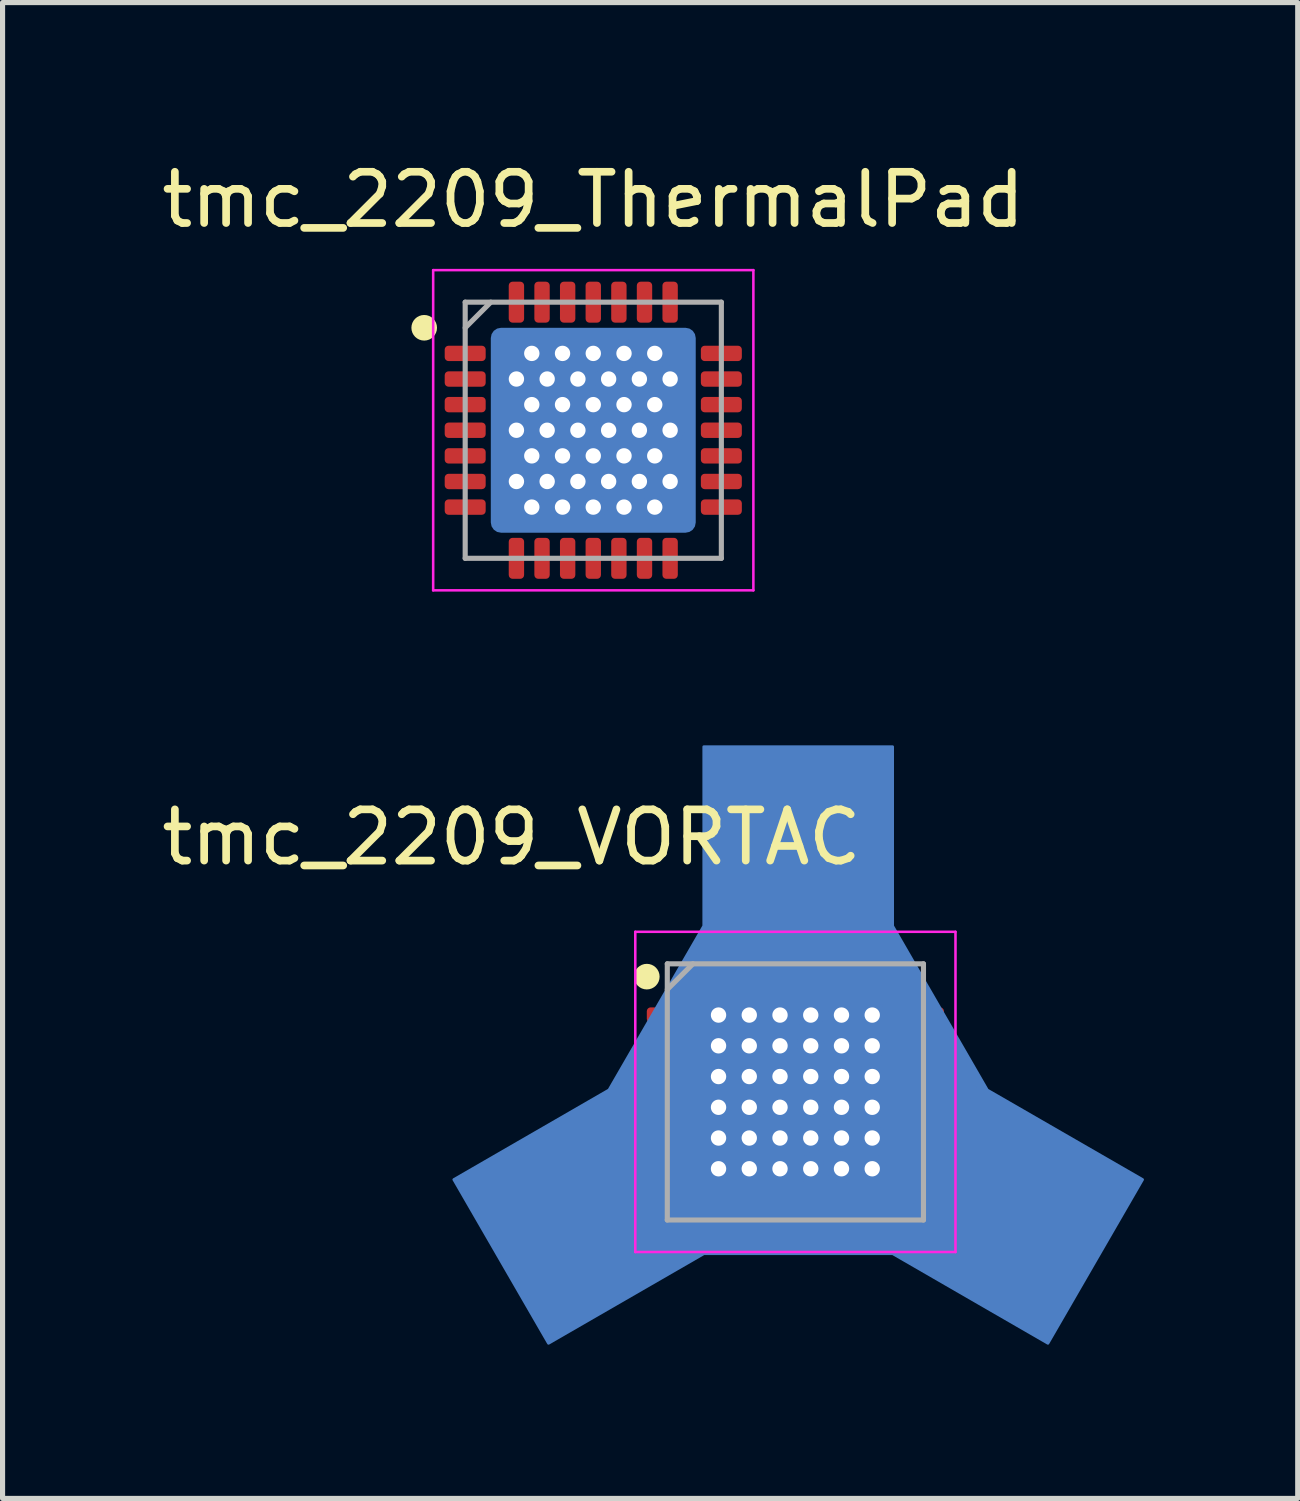
<source format=kicad_pcb>
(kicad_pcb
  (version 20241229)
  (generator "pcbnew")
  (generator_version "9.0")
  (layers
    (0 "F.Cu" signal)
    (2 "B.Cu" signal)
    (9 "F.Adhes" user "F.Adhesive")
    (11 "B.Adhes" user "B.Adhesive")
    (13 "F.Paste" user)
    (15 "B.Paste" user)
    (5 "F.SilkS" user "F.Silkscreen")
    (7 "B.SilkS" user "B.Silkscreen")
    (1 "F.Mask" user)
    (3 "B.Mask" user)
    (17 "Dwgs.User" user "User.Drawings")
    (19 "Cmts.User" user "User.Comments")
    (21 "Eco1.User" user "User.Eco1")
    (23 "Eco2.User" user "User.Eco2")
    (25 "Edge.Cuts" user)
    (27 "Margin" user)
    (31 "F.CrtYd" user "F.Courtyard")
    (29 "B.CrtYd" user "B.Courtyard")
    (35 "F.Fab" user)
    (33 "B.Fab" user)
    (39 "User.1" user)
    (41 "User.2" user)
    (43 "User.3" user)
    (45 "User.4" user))
  (footprint "tmc_2209_VORTAC"
    (layer "F.Cu")
    (at 12.475 18.263)
    (property "Reference" "tmc_2209_VORTAC" (at -5.54 -4.97 0) (layer "F.SilkS") (effects (font (size 1 1) (thickness 0.15))))
    (attr smd)
    (fp_circle (center -2.9 -2.25) (end -2.9 -2.125) (stroke (width 0.25) (type solid)) (fill no) (layer "F.SilkS"))
    (fp_line (start -3.125 -3.125) (end 3.125 -3.125) (stroke (width 0.05) (type solid)) (layer "F.CrtYd"))
    (fp_line (start -3.125 3.125) (end -3.125 -3.125) (stroke (width 0.05) (type solid)) (layer "F.CrtYd"))
    (fp_line (start 3.125 -3.125) (end 3.125 3.125) (stroke (width 0.05) (type solid)) (layer "F.CrtYd"))
    (fp_line (start 3.125 3.125) (end -3.125 3.125) (stroke (width 0.05) (type solid)) (layer "F.CrtYd"))
    (fp_line (start -2.5 -2.5) (end 2.5 -2.5) (stroke (width 0.1) (type solid)) (layer "F.Fab"))
    (fp_line (start -2.5 -2) (end -2 -2.5) (stroke (width 0.1) (type solid)) (layer "F.Fab"))
    (fp_line (start -2.5 2.5) (end -2.5 -2.5) (stroke (width 0.1) (type solid)) (layer "F.Fab"))
    (fp_line (start 2.5 -2.5) (end 2.5 2.5) (stroke (width 0.1) (type solid)) (layer "F.Fab"))
    (fp_line (start 2.5 2.5) (end -2.5 2.5) (stroke (width 0.1) (type solid)) (layer "F.Fab"))
    (pad "" smd roundrect (at -0.95 -0.95) (size 1.7 1.7) (layers "F.Cu" "F.Mask" "F.Paste") (roundrect_rratio 0.067))
    (pad "" smd roundrect (at -0.95 0.95) (size 1.7 1.7) (layers "F.Cu" "F.Mask" "F.Paste") (roundrect_rratio 0.067))
    (pad "" smd roundrect (at 0.95 -0.95) (size 1.7 1.7) (layers "F.Cu" "F.Mask" "F.Paste") (roundrect_rratio 0.067))
    (pad "" smd roundrect (at 0.95 0.95) (size 1.7 1.7) (layers "F.Cu" "F.Mask" "F.Paste") (roundrect_rratio 0.067))
    (pad "1" smd roundrect (at -2.5 -1.5 90) (size 0.3 0.8) (layers "F.Cu" "F.Mask" "F.Paste") (roundrect_rratio 0.25))
    (pad "2" smd roundrect (at -2.5 -1 90) (size 0.3 0.8) (layers "F.Cu" "F.Mask" "F.Paste") (roundrect_rratio 0.25))
    (pad "3" smd roundrect (at -2.5 -0.5 90) (size 0.3 0.8) (layers "F.Cu" "F.Mask" "F.Paste") (roundrect_rratio 0.25))
    (pad "4" smd roundrect (at -2.5 0 90) (size 0.3 0.8) (layers "F.Cu" "F.Mask" "F.Paste") (roundrect_rratio 0.25))
    (pad "5" smd roundrect (at -2.5 0.5 90) (size 0.3 0.8) (layers "F.Cu" "F.Mask" "F.Paste") (roundrect_rratio 0.25))
    (pad "6" smd roundrect (at -2.5 1 90) (size 0.3 0.8) (layers "F.Cu" "F.Mask" "F.Paste") (roundrect_rratio 0.25))
    (pad "7" smd roundrect (at -2.5 1.5 90) (size 0.3 0.8) (layers "F.Cu" "F.Mask" "F.Paste") (roundrect_rratio 0.25))
    (pad "8" smd roundrect (at -1.5 2.5) (size 0.3 0.8) (layers "F.Cu" "F.Mask" "F.Paste") (roundrect_rratio 0.25))
    (pad "9" smd roundrect (at -1 2.5) (size 0.3 0.8) (layers "F.Cu" "F.Mask" "F.Paste") (roundrect_rratio 0.25))
    (pad "10" smd roundrect (at -0.5 2.5) (size 0.3 0.8) (layers "F.Cu" "F.Mask" "F.Paste") (roundrect_rratio 0.25))
    (pad "11" smd roundrect (at 0 2.5) (size 0.3 0.8) (layers "F.Cu" "F.Mask" "F.Paste") (roundrect_rratio 0.25))
    (pad "12" smd roundrect (at 0.5 2.5) (size 0.3 0.8) (layers "F.Cu" "F.Mask" "F.Paste") (roundrect_rratio 0.25))
    (pad "13" smd roundrect (at 1 2.5) (size 0.3 0.8) (layers "F.Cu" "F.Mask" "F.Paste") (roundrect_rratio 0.25))
    (pad "14" smd roundrect (at 1.5 2.5) (size 0.3 0.8) (layers "F.Cu" "F.Mask" "F.Paste") (roundrect_rratio 0.25))
    (pad "15" smd roundrect (at 2.5 1.5 90) (size 0.3 0.8) (layers "F.Cu" "F.Mask" "F.Paste") (roundrect_rratio 0.25))
    (pad "16" smd roundrect (at 2.5 1 90) (size 0.3 0.8) (layers "F.Cu" "F.Mask" "F.Paste") (roundrect_rratio 0.25))
    (pad "17" smd roundrect (at 2.5 0.5 90) (size 0.3 0.8) (layers "F.Cu" "F.Mask" "F.Paste") (roundrect_rratio 0.25))
    (pad "18" smd roundrect (at 2.5 0 90) (size 0.3 0.8) (layers "F.Cu" "F.Mask" "F.Paste") (roundrect_rratio 0.25))
    (pad "19" smd roundrect (at 2.5 -0.5 90) (size 0.3 0.8) (layers "F.Cu" "F.Mask" "F.Paste") (roundrect_rratio 0.25))
    (pad "20" smd roundrect (at 2.5 -1 90) (size 0.3 0.8) (layers "F.Cu" "F.Mask" "F.Paste") (roundrect_rratio 0.25))
    (pad "21" smd roundrect (at 2.5 -1.5 90) (size 0.3 0.8) (layers "F.Cu" "F.Mask" "F.Paste") (roundrect_rratio 0.25))
    (pad "22" smd roundrect (at 1.5 -2.5) (size 0.3 0.8) (layers "F.Cu" "F.Mask" "F.Paste") (roundrect_rratio 0.25))
    (pad "23" smd roundrect (at 1 -2.5) (size 0.3 0.8) (layers "F.Cu" "F.Mask" "F.Paste") (roundrect_rratio 0.25))
    (pad "24" smd roundrect (at 0.5 -2.5) (size 0.3 0.8) (layers "F.Cu" "F.Mask" "F.Paste") (roundrect_rratio 0.25))
    (pad "25" smd roundrect (at 0 -2.5) (size 0.3 0.8) (layers "F.Cu" "F.Mask" "F.Paste") (roundrect_rratio 0.25))
    (pad "26" smd roundrect (at -0.5 -2.5) (size 0.3 0.8) (layers "F.Cu" "F.Mask" "F.Paste") (roundrect_rratio 0.25))
    (pad "27" smd roundrect (at -1 -2.5) (size 0.3 0.8) (layers "F.Cu" "F.Mask" "F.Paste") (roundrect_rratio 0.25))
    (pad "28" smd roundrect (at -1.5 -2.5) (size 0.3 0.8) (layers "F.Cu" "F.Mask" "F.Paste") (roundrect_rratio 0.25))
    (pad "29" thru_hole circle (at -1.5 -1.5) (size 0.55 0.55) (drill 0.3) (layers "*.Cu"))
    (pad "29" thru_hole circle (at -1.5 -0.9) (size 0.55 0.55) (drill 0.3) (layers "*.Cu"))
    (pad "29" thru_hole circle (at -1.5 -0.3) (size 0.55 0.55) (drill 0.3) (layers "*.Cu"))
    (pad "29" thru_hole circle (at -1.5 0.3) (size 0.55 0.55) (drill 0.3) (layers "*.Cu"))
    (pad "29" thru_hole circle (at -1.5 0.9) (size 0.55 0.55) (drill 0.3) (layers "*.Cu"))
    (pad "29" thru_hole circle (at -1.5 1.5) (size 0.55 0.55) (drill 0.3) (layers "*.Cu"))
    (pad "29" thru_hole circle (at -0.9 -1.5) (size 0.55 0.55) (drill 0.3) (layers "*.Cu"))
    (pad "29" thru_hole circle (at -0.9 -0.9) (size 0.55 0.55) (drill 0.3) (layers "*.Cu"))
    (pad "29" thru_hole circle (at -0.9 -0.3) (size 0.55 0.55) (drill 0.3) (layers "*.Cu"))
    (pad "29" thru_hole circle (at -0.9 0.3) (size 0.55 0.55) (drill 0.3) (layers "*.Cu"))
    (pad "29" thru_hole circle (at -0.9 0.9) (size 0.55 0.55) (drill 0.3) (layers "*.Cu"))
    (pad "29" thru_hole circle (at -0.9 1.5) (size 0.55 0.55) (drill 0.3) (layers "*.Cu"))
    (pad "29" thru_hole circle (at -0.3 -1.5) (size 0.55 0.55) (drill 0.3) (layers "*.Cu"))
    (pad "29" thru_hole circle (at -0.3 -0.9) (size 0.55 0.55) (drill 0.3) (layers "*.Cu"))
    (pad "29" thru_hole circle (at -0.3 -0.3) (size 0.55 0.55) (drill 0.3) (layers "*.Cu"))
    (pad "29" thru_hole circle (at -0.3 0.3) (size 0.55 0.55) (drill 0.3) (layers "*.Cu"))
    (pad "29" thru_hole circle (at -0.3 0.9) (size 0.55 0.55) (drill 0.3) (layers "*.Cu"))
    (pad "29" thru_hole circle (at -0.3 1.5) (size 0.55 0.55) (drill 0.3) (layers "*.Cu"))
    (pad "29" smd roundrect (at 0 0) (size 3.8 3.8) (layers "F.Cu" "F.Mask") (roundrect_rratio 0.026))
    (pad "29" smd custom (at 0.04 -3.62) (size 2 2) (layers "B.Cu" "B.Mask") (options (anchor circle)) (primitives (gr_poly (pts (xy 2.83 3.61) (xy 1.32 3.61) (xy 2.06 6.11) (xy -2.04 6.11) (xy -2.06 6.78) (xy 1.86 6.78) (xy 4.89 8.53) (xy 6.74 5.33) (xy 3.29 3.34)) (width 0.05) (fill yes)) (gr_poly (pts (xy -1.83 0.38) (xy -3.68 3.58) (xy -6.71 5.33) (xy -4.86 8.53) (xy -0.96 6.28) (xy -2.54 3.55) (xy -1.46 3.55) (xy 0.15 6.33) (xy 1.07 6.33) (xy -1.98 1.05) (xy -0.91 1.05) (xy 2.13 6.32) (xy 1.99 4.47) (xy 0.02 1.05) (xy 1.09 1.05) (xy 2.64 3.74) (xy 3.8 3.74) (xy 1.86 0.38) (xy 1.86 -3.12) (xy -1.83 -3.12)) (width 0.05) (fill yes))))
    (pad "29" smd custom (at 0.1 -2) (size 2 2) (layers "B.Cu") (options (anchor rect)) (primitives (gr_poly (pts (xy 3.4 1.9) (xy 1.7 5) (xy -1.8 5) (xy -3.5 1.9) (xy -1.8 -1) (xy 1.7 -1)) (width 0.1) (fill yes))))
    (pad "29" thru_hole circle (at 0.3 -1.5) (size 0.55 0.55) (drill 0.3) (layers "*.Cu"))
    (pad "29" thru_hole circle (at 0.3 -0.9) (size 0.55 0.55) (drill 0.3) (layers "*.Cu"))
    (pad "29" thru_hole circle (at 0.3 -0.3) (size 0.55 0.55) (drill 0.3) (layers "*.Cu"))
    (pad "29" thru_hole circle (at 0.3 0.3) (size 0.55 0.55) (drill 0.3) (layers "*.Cu"))
    (pad "29" thru_hole circle (at 0.3 0.9) (size 0.55 0.55) (drill 0.3) (layers "*.Cu"))
    (pad "29" thru_hole circle (at 0.3 1.5) (size 0.55 0.55) (drill 0.3) (layers "*.Cu"))
    (pad "29" thru_hole circle (at 0.9 -1.5) (size 0.55 0.55) (drill 0.3) (layers "*.Cu"))
    (pad "29" thru_hole circle (at 0.9 -0.9) (size 0.55 0.55) (drill 0.3) (layers "*.Cu"))
    (pad "29" thru_hole circle (at 0.9 -0.3) (size 0.55 0.55) (drill 0.3) (layers "*.Cu"))
    (pad "29" thru_hole circle (at 0.9 0.3) (size 0.55 0.55) (drill 0.3) (layers "*.Cu"))
    (pad "29" thru_hole circle (at 0.9 0.9) (size 0.55 0.55) (drill 0.3) (layers "*.Cu"))
    (pad "29" thru_hole circle (at 0.9 1.5) (size 0.55 0.55) (drill 0.3) (layers "*.Cu"))
    (pad "29" thru_hole circle (at 1.5 -1.5) (size 0.55 0.55) (drill 0.3) (layers "*.Cu"))
    (pad "29" thru_hole circle (at 1.5 -0.9) (size 0.55 0.55) (drill 0.3) (layers "*.Cu"))
    (pad "29" thru_hole circle (at 1.5 -0.3) (size 0.55 0.55) (drill 0.3) (layers "*.Cu"))
    (pad "29" thru_hole circle (at 1.5 0.3) (size 0.55 0.55) (drill 0.3) (layers "*.Cu"))
    (pad "29" thru_hole circle (at 1.5 0.9) (size 0.55 0.55) (drill 0.3) (layers "*.Cu"))
    (pad "29" thru_hole circle (at 1.5 1.5) (size 0.55 0.55) (drill 0.3) (layers "*.Cu")))
  (footprint "tmc_2209_ThermalPad"
    (layer "F.Cu")
    (at 8.53 5.348)
    (property "Reference" "tmc_2209_ThermalPad" (at 0 -4.5 0) (layer "F.SilkS") (effects (font (size 1 1) (thickness 0.15))))
    (attr smd)
    (fp_circle (center -3.3 -2) (end -3.3 -1.875) (stroke (width 0.25) (type solid)) (fill no) (layer "F.SilkS"))
    (fp_line (start -3.125 -3.125) (end 3.125 -3.125) (stroke (width 0.05) (type solid)) (layer "F.CrtYd"))
    (fp_line (start -3.125 3.125) (end -3.125 -3.125) (stroke (width 0.05) (type solid)) (layer "F.CrtYd"))
    (fp_line (start 3.125 -3.125) (end 3.125 3.125) (stroke (width 0.05) (type solid)) (layer "F.CrtYd"))
    (fp_line (start 3.125 3.125) (end -3.125 3.125) (stroke (width 0.05) (type solid)) (layer "F.CrtYd"))
    (fp_line (start -2.5 -2.5) (end 2.5 -2.5) (stroke (width 0.1) (type solid)) (layer "F.Fab"))
    (fp_line (start -2.5 -2) (end -2 -2.5) (stroke (width 0.1) (type solid)) (layer "F.Fab"))
    (fp_line (start -2.5 2.5) (end -2.5 -2.5) (stroke (width 0.1) (type solid)) (layer "F.Fab"))
    (fp_line (start 2.5 -2.5) (end 2.5 2.5) (stroke (width 0.1) (type solid)) (layer "F.Fab"))
    (fp_line (start 2.5 2.5) (end -2.5 2.5) (stroke (width 0.1) (type solid)) (layer "F.Fab"))
    (pad "" smd roundrect (at -0.925 -0.925) (size 1.65 1.65) (layers "F.Paste") (roundrect_rratio 0.067))
    (pad "" smd roundrect (at -0.925 0.925) (size 1.65 1.65) (layers "F.Paste") (roundrect_rratio 0.067))
    (pad "" smd roundrect (at 0 0) (size 3.7 3.7) (layers "F.Mask") (roundrect_rratio 0.026))
    (pad "" smd roundrect (at 0.925 -0.925) (size 1.65 1.65) (layers "F.Paste") (roundrect_rratio 0.067))
    (pad "" smd roundrect (at 0.925 0.925) (size 1.65 1.65) (layers "F.Paste") (roundrect_rratio 0.067))
    (pad "1" smd roundrect (at -2.5 -1.5 90) (size 0.3 0.8) (layers "F.Cu" "F.Mask" "F.Paste") (roundrect_rratio 0.25))
    (pad "2" smd roundrect (at -2.5 -1 90) (size 0.3 0.8) (layers "F.Cu" "F.Mask" "F.Paste") (roundrect_rratio 0.25))
    (pad "3" smd roundrect (at -2.5 -0.5 90) (size 0.3 0.8) (layers "F.Cu" "F.Mask" "F.Paste") (roundrect_rratio 0.25))
    (pad "4" smd roundrect (at -2.5 0 90) (size 0.3 0.8) (layers "F.Cu" "F.Mask" "F.Paste") (roundrect_rratio 0.25))
    (pad "5" smd roundrect (at -2.5 0.5 90) (size 0.3 0.8) (layers "F.Cu" "F.Mask" "F.Paste") (roundrect_rratio 0.25))
    (pad "6" smd roundrect (at -2.5 1 90) (size 0.3 0.8) (layers "F.Cu" "F.Mask" "F.Paste") (roundrect_rratio 0.25))
    (pad "7" smd roundrect (at -2.5 1.5 90) (size 0.3 0.8) (layers "F.Cu" "F.Mask" "F.Paste") (roundrect_rratio 0.25))
    (pad "8" smd roundrect (at -1.5 2.5) (size 0.3 0.8) (layers "F.Cu" "F.Mask" "F.Paste") (roundrect_rratio 0.25))
    (pad "9" smd roundrect (at -1 2.5) (size 0.3 0.8) (layers "F.Cu" "F.Mask" "F.Paste") (roundrect_rratio 0.25))
    (pad "10" smd roundrect (at -0.5 2.5) (size 0.3 0.8) (layers "F.Cu" "F.Mask" "F.Paste") (roundrect_rratio 0.25))
    (pad "11" smd roundrect (at 0 2.5) (size 0.3 0.8) (layers "F.Cu" "F.Mask" "F.Paste") (roundrect_rratio 0.25))
    (pad "12" smd roundrect (at 0.5 2.5) (size 0.3 0.8) (layers "F.Cu" "F.Mask" "F.Paste") (roundrect_rratio 0.25))
    (pad "13" smd roundrect (at 1 2.5) (size 0.3 0.8) (layers "F.Cu" "F.Mask" "F.Paste") (roundrect_rratio 0.25))
    (pad "14" smd roundrect (at 1.5 2.5) (size 0.3 0.8) (layers "F.Cu" "F.Mask" "F.Paste") (roundrect_rratio 0.25))
    (pad "15" smd roundrect (at 2.5 1.5 90) (size 0.3 0.8) (layers "F.Cu" "F.Mask" "F.Paste") (roundrect_rratio 0.25))
    (pad "16" smd roundrect (at 2.5 1 90) (size 0.3 0.8) (layers "F.Cu" "F.Mask" "F.Paste") (roundrect_rratio 0.25))
    (pad "17" smd roundrect (at 2.5 0.5 90) (size 0.3 0.8) (layers "F.Cu" "F.Mask" "F.Paste") (roundrect_rratio 0.25))
    (pad "18" smd roundrect (at 2.5 0 90) (size 0.3 0.8) (layers "F.Cu" "F.Mask" "F.Paste") (roundrect_rratio 0.25))
    (pad "19" smd roundrect (at 2.5 -0.5 90) (size 0.3 0.8) (layers "F.Cu" "F.Mask" "F.Paste") (roundrect_rratio 0.25))
    (pad "20" smd roundrect (at 2.5 -1 90) (size 0.3 0.8) (layers "F.Cu" "F.Mask" "F.Paste") (roundrect_rratio 0.25))
    (pad "21" smd roundrect (at 2.5 -1.5 90) (size 0.3 0.8) (layers "F.Cu" "F.Mask" "F.Paste") (roundrect_rratio 0.25))
    (pad "22" smd roundrect (at 1.5 -2.5) (size 0.3 0.8) (layers "F.Cu" "F.Mask" "F.Paste") (roundrect_rratio 0.25))
    (pad "23" smd roundrect (at 1 -2.5) (size 0.3 0.8) (layers "F.Cu" "F.Mask" "F.Paste") (roundrect_rratio 0.25))
    (pad "24" smd roundrect (at 0.5 -2.5) (size 0.3 0.8) (layers "F.Cu" "F.Mask" "F.Paste") (roundrect_rratio 0.25))
    (pad "25" smd roundrect (at 0 -2.5) (size 0.3 0.8) (layers "F.Cu" "F.Mask" "F.Paste") (roundrect_rratio 0.25))
    (pad "26" smd roundrect (at -0.5 -2.5) (size 0.3 0.8) (layers "F.Cu" "F.Mask" "F.Paste") (roundrect_rratio 0.25))
    (pad "27" smd roundrect (at -1 -2.5) (size 0.3 0.8) (layers "F.Cu" "F.Mask" "F.Paste") (roundrect_rratio 0.25))
    (pad "28" smd roundrect (at -1.5 -2.5) (size 0.3 0.8) (layers "F.Cu" "F.Mask" "F.Paste") (roundrect_rratio 0.25))
    (pad "29" thru_hole circle (at -1.5 -1) (size 0.55 0.55) (drill 0.3) (layers "*.Cu"))
    (pad "29" thru_hole circle (at -1.5 0) (size 0.55 0.55) (drill 0.3) (layers "*.Cu"))
    (pad "29" thru_hole circle (at -1.5 1) (size 0.55 0.55) (drill 0.3) (layers "*.Cu"))
    (pad "29" thru_hole circle (at -1.2 -1.5) (size 0.55 0.55) (drill 0.3) (layers "*.Cu"))
    (pad "29" thru_hole circle (at -1.2 -0.5) (size 0.55 0.55) (drill 0.3) (layers "*.Cu"))
    (pad "29" thru_hole circle (at -1.2 0.5) (size 0.55 0.55) (drill 0.3) (layers "*.Cu"))
    (pad "29" thru_hole circle (at -1.2 1.5) (size 0.55 0.55) (drill 0.3) (layers "*.Cu"))
    (pad "29" thru_hole circle (at -0.9 -1) (size 0.55 0.55) (drill 0.3) (layers "*.Cu"))
    (pad "29" thru_hole circle (at -0.9 0) (size 0.55 0.55) (drill 0.3) (layers "*.Cu"))
    (pad "29" thru_hole circle (at -0.9 1) (size 0.55 0.55) (drill 0.3) (layers "*.Cu"))
    (pad "29" thru_hole circle (at -0.6 -1.5) (size 0.55 0.55) (drill 0.3) (layers "*.Cu"))
    (pad "29" thru_hole circle (at -0.6 -0.5) (size 0.55 0.55) (drill 0.3) (layers "*.Cu"))
    (pad "29" thru_hole circle (at -0.6 0.5) (size 0.55 0.55) (drill 0.3) (layers "*.Cu"))
    (pad "29" thru_hole circle (at -0.6 1.5) (size 0.55 0.55) (drill 0.3) (layers "*.Cu"))
    (pad "29" thru_hole circle (at -0.3 -1) (size 0.55 0.55) (drill 0.3) (layers "*.Cu"))
    (pad "29" thru_hole circle (at -0.3 0) (size 0.55 0.55) (drill 0.3) (layers "*.Cu"))
    (pad "29" thru_hole circle (at -0.3 1) (size 0.55 0.55) (drill 0.3) (layers "*.Cu"))
    (pad "29" thru_hole circle (at 0 -1.5) (size 0.55 0.55) (drill 0.3) (layers "*.Cu"))
    (pad "29" thru_hole circle (at 0 -0.5) (size 0.55 0.55) (drill 0.3) (layers "*.Cu"))
    (pad "29" smd roundrect (at 0 0) (size 3.8 3.8) (layers "F.Cu") (roundrect_rratio 0.026))
    (pad "29" smd roundrect (at 0 0) (size 4 4) (layers "B.Cu") (roundrect_rratio 0.05))
    (pad "29" thru_hole circle (at 0 0.5) (size 0.55 0.55) (drill 0.3) (layers "*.Cu"))
    (pad "29" thru_hole circle (at 0 1.5) (size 0.55 0.55) (drill 0.3) (layers "*.Cu"))
    (pad "29" thru_hole circle (at 0.3 -1) (size 0.55 0.55) (drill 0.3) (layers "*.Cu"))
    (pad "29" thru_hole circle (at 0.3 0) (size 0.55 0.55) (drill 0.3) (layers "*.Cu"))
    (pad "29" thru_hole circle (at 0.3 1) (size 0.55 0.55) (drill 0.3) (layers "*.Cu"))
    (pad "29" thru_hole circle (at 0.6 -1.5) (size 0.55 0.55) (drill 0.3) (layers "*.Cu"))
    (pad "29" thru_hole circle (at 0.6 -0.5) (size 0.55 0.55) (drill 0.3) (layers "*.Cu"))
    (pad "29" thru_hole circle (at 0.6 0.5) (size 0.55 0.55) (drill 0.3) (layers "*.Cu"))
    (pad "29" thru_hole circle (at 0.6 1.5) (size 0.55 0.55) (drill 0.3) (layers "*.Cu"))
    (pad "29" thru_hole circle (at 0.9 -1) (size 0.55 0.55) (drill 0.3) (layers "*.Cu"))
    (pad "29" thru_hole circle (at 0.9 0) (size 0.55 0.55) (drill 0.3) (layers "*.Cu"))
    (pad "29" thru_hole circle (at 0.9 1) (size 0.55 0.55) (drill 0.3) (layers "*.Cu"))
    (pad "29" thru_hole circle (at 1.2 -1.5) (size 0.55 0.55) (drill 0.3) (layers "*.Cu"))
    (pad "29" thru_hole circle (at 1.2 -0.5) (size 0.55 0.55) (drill 0.3) (layers "*.Cu"))
    (pad "29" thru_hole circle (at 1.2 0.5) (size 0.55 0.55) (drill 0.3) (layers "*.Cu"))
    (pad "29" thru_hole circle (at 1.2 1.5) (size 0.55 0.55) (drill 0.3) (layers "*.Cu"))
    (pad "29" thru_hole circle (at 1.5 -1) (size 0.55 0.55) (drill 0.3) (layers "*.Cu"))
    (pad "29" thru_hole circle (at 1.5 0) (size 0.55 0.55) (drill 0.3) (layers "*.Cu"))
    (pad "29" thru_hole circle (at 1.5 1) (size 0.55 0.55) (drill 0.3) (layers "*.Cu")))
  (gr_rect
    (start -3 -3)
    (end 22.28 26.198)
    (stroke (width 0.1) (type default))
    (fill no)
    (layer "Edge.Cuts")))
</source>
